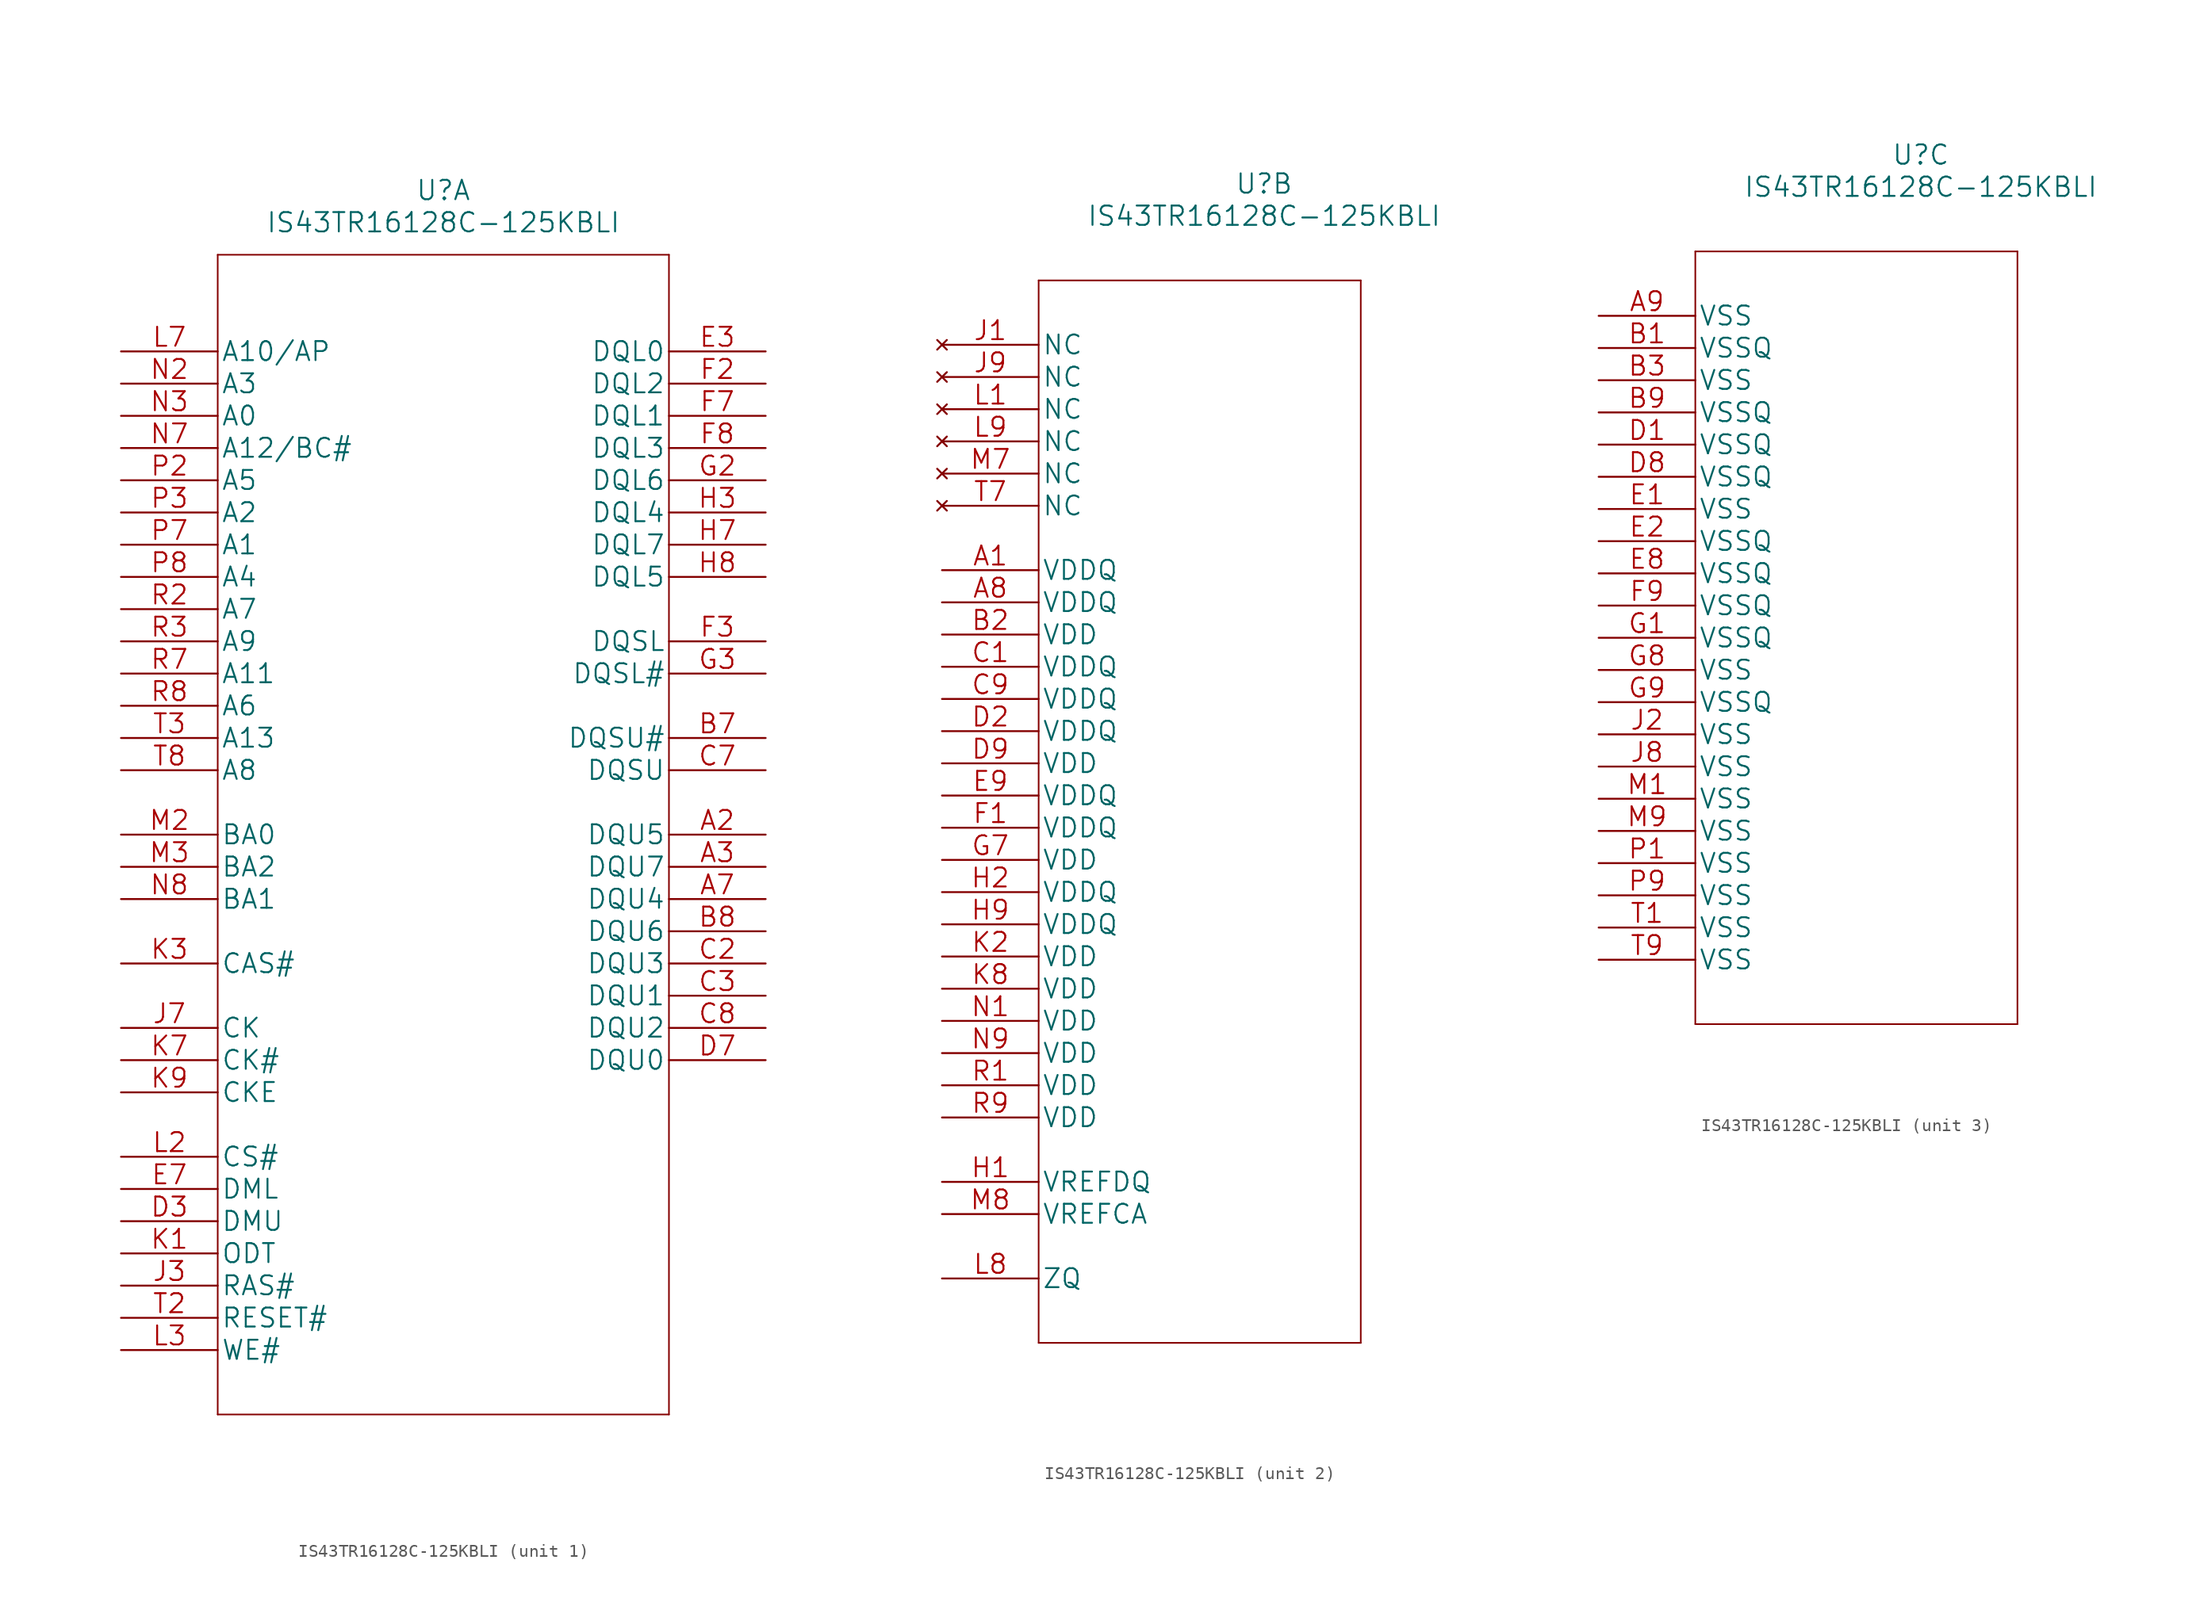
<source format=kicad_sym>
(kicad_symbol_lib
  (version 20201005)
  (generator kicad_symbol_editor)
  (symbol "IS43TR16128C-125KBLI"
    (pin_names
      (offset 0.254))
    (property "Reference" "U"
      (at 25.4 12.7 0)
      (effects (font (size 1.524 1.524))))
    (property "Value" "IS43TR16128C-125KBLI"
      (at 25.4 10.16 0)
      (effects (font (size 1.524 1.524))))
    (property "Datasheet" ""
      (at 0 0 0)
      (effects (font (size 1.524 1.524))))
    (property "ki_locked" ""
      (at 0 0 0)
      (effects (font (size 1.27 1.27))))
    (symbol "IS43TR16128C-125KBLI_1_1"
      (polyline (pts (xy 7.62 -83.82) (xy 43.18 -83.82)) (stroke (width 0.127)) (fill (type none)))
      (polyline (pts (xy 7.62 7.62) (xy 7.62 -83.82)) (stroke (width 0.127)) (fill (type none)))
      (polyline (pts (xy 43.18 -83.82) (xy 43.18 7.62)) (stroke (width 0.127)) (fill (type none)))
      (polyline (pts (xy 43.18 7.62) (xy 7.62 7.62)) (stroke (width 0.127)) (fill (type none)))
      (pin bidirectional line (at 50.8 -38.1 180) (length 7.62) (name "DQU5" (effects (font (size 1.499 1.499)))) (number "A2" (effects (font (size 1.499 1.499)))))
      (pin bidirectional line (at 50.8 -40.64 180) (length 7.62) (name "DQU7" (effects (font (size 1.499 1.499)))) (number "A3" (effects (font (size 1.499 1.499)))))
      (pin bidirectional line (at 50.8 -43.18 180) (length 7.62) (name "DQU4" (effects (font (size 1.499 1.499)))) (number "A7" (effects (font (size 1.499 1.499)))))
      (pin bidirectional line (at 50.8 -30.48 180) (length 7.62) (name "DQSU#" (effects (font (size 1.499 1.499)))) (number "B7" (effects (font (size 1.499 1.499)))))
      (pin bidirectional line (at 50.8 -45.72 180) (length 7.62) (name "DQU6" (effects (font (size 1.499 1.499)))) (number "B8" (effects (font (size 1.499 1.499)))))
      (pin bidirectional line (at 50.8 -48.26 180) (length 7.62) (name "DQU3" (effects (font (size 1.499 1.499)))) (number "C2" (effects (font (size 1.499 1.499)))))
      (pin bidirectional line (at 50.8 -50.8 180) (length 7.62) (name "DQU1" (effects (font (size 1.499 1.499)))) (number "C3" (effects (font (size 1.499 1.499)))))
      (pin bidirectional line (at 50.8 -33.02 180) (length 7.62) (name "DQSU" (effects (font (size 1.499 1.499)))) (number "C7" (effects (font (size 1.499 1.499)))))
      (pin bidirectional line (at 50.8 -53.34 180) (length 7.62) (name "DQU2" (effects (font (size 1.499 1.499)))) (number "C8" (effects (font (size 1.499 1.499)))))
      (pin input line (at 0 -68.58 0) (length 7.62) (name "DMU" (effects (font (size 1.499 1.499)))) (number "D3" (effects (font (size 1.499 1.499)))))
      (pin bidirectional line (at 50.8 -55.88 180) (length 7.62) (name "DQU0" (effects (font (size 1.499 1.499)))) (number "D7" (effects (font (size 1.499 1.499)))))
      (pin bidirectional line (at 50.8 0 180) (length 7.62) (name "DQL0" (effects (font (size 1.499 1.499)))) (number "E3" (effects (font (size 1.499 1.499)))))
      (pin input line (at 0 -66.04 0) (length 7.62) (name "DML" (effects (font (size 1.499 1.499)))) (number "E7" (effects (font (size 1.499 1.499)))))
      (pin bidirectional line (at 50.8 -2.54 180) (length 7.62) (name "DQL2" (effects (font (size 1.499 1.499)))) (number "F2" (effects (font (size 1.499 1.499)))))
      (pin bidirectional line (at 50.8 -22.86 180) (length 7.62) (name "DQSL" (effects (font (size 1.499 1.499)))) (number "F3" (effects (font (size 1.499 1.499)))))
      (pin bidirectional line (at 50.8 -5.08 180) (length 7.62) (name "DQL1" (effects (font (size 1.499 1.499)))) (number "F7" (effects (font (size 1.499 1.499)))))
      (pin bidirectional line (at 50.8 -7.62 180) (length 7.62) (name "DQL3" (effects (font (size 1.499 1.499)))) (number "F8" (effects (font (size 1.499 1.499)))))
      (pin bidirectional line (at 50.8 -10.16 180) (length 7.62) (name "DQL6" (effects (font (size 1.499 1.499)))) (number "G2" (effects (font (size 1.499 1.499)))))
      (pin bidirectional line (at 50.8 -25.4 180) (length 7.62) (name "DQSL#" (effects (font (size 1.499 1.499)))) (number "G3" (effects (font (size 1.499 1.499)))))
      (pin bidirectional line (at 50.8 -12.7 180) (length 7.62) (name "DQL4" (effects (font (size 1.499 1.499)))) (number "H3" (effects (font (size 1.499 1.499)))))
      (pin bidirectional line (at 50.8 -15.24 180) (length 7.62) (name "DQL7" (effects (font (size 1.499 1.499)))) (number "H7" (effects (font (size 1.499 1.499)))))
      (pin bidirectional line (at 50.8 -17.78 180) (length 7.62) (name "DQL5" (effects (font (size 1.499 1.499)))) (number "H8" (effects (font (size 1.499 1.499)))))
      (pin input line (at 0 -73.66 0) (length 7.62) (name "RAS#" (effects (font (size 1.499 1.499)))) (number "J3" (effects (font (size 1.499 1.499)))))
      (pin input line (at 0 -53.34 0) (length 7.62) (name "CK" (effects (font (size 1.499 1.499)))) (number "J7" (effects (font (size 1.499 1.499)))))
      (pin input line (at 0 -71.12 0) (length 7.62) (name "ODT" (effects (font (size 1.499 1.499)))) (number "K1" (effects (font (size 1.499 1.499)))))
      (pin input line (at 0 -48.26 0) (length 7.62) (name "CAS#" (effects (font (size 1.499 1.499)))) (number "K3" (effects (font (size 1.499 1.499)))))
      (pin input line (at 0 -55.88 0) (length 7.62) (name "CK#" (effects (font (size 1.499 1.499)))) (number "K7" (effects (font (size 1.499 1.499)))))
      (pin input line (at 0 -58.42 0) (length 7.62) (name "CKE" (effects (font (size 1.499 1.499)))) (number "K9" (effects (font (size 1.499 1.499)))))
      (pin input line (at 0 -63.5 0) (length 7.62) (name "CS#" (effects (font (size 1.499 1.499)))) (number "L2" (effects (font (size 1.499 1.499)))))
      (pin input line (at 0 -78.74 0) (length 7.62) (name "WE#" (effects (font (size 1.499 1.499)))) (number "L3" (effects (font (size 1.499 1.499)))))
      (pin input line (at 0 0 0) (length 7.62) (name "A10/AP" (effects (font (size 1.499 1.499)))) (number "L7" (effects (font (size 1.499 1.499)))))
      (pin input line (at 0 -38.1 0) (length 7.62) (name "BA0" (effects (font (size 1.499 1.499)))) (number "M2" (effects (font (size 1.499 1.499)))))
      (pin input line (at 0 -40.64 0) (length 7.62) (name "BA2" (effects (font (size 1.499 1.499)))) (number "M3" (effects (font (size 1.499 1.499)))))
      (pin input line (at 0 -2.54 0) (length 7.62) (name "A3" (effects (font (size 1.499 1.499)))) (number "N2" (effects (font (size 1.499 1.499)))))
      (pin input line (at 0 -5.08 0) (length 7.62) (name "A0" (effects (font (size 1.499 1.499)))) (number "N3" (effects (font (size 1.499 1.499)))))
      (pin input line (at 0 -7.62 0) (length 7.62) (name "A12/BC#" (effects (font (size 1.499 1.499)))) (number "N7" (effects (font (size 1.499 1.499)))))
      (pin input line (at 0 -43.18 0) (length 7.62) (name "BA1" (effects (font (size 1.499 1.499)))) (number "N8" (effects (font (size 1.499 1.499)))))
      (pin input line (at 0 -10.16 0) (length 7.62) (name "A5" (effects (font (size 1.499 1.499)))) (number "P2" (effects (font (size 1.499 1.499)))))
      (pin input line (at 0 -12.7 0) (length 7.62) (name "A2" (effects (font (size 1.499 1.499)))) (number "P3" (effects (font (size 1.499 1.499)))))
      (pin input line (at 0 -15.24 0) (length 7.62) (name "A1" (effects (font (size 1.499 1.499)))) (number "P7" (effects (font (size 1.499 1.499)))))
      (pin input line (at 0 -17.78 0) (length 7.62) (name "A4" (effects (font (size 1.499 1.499)))) (number "P8" (effects (font (size 1.499 1.499)))))
      (pin input line (at 0 -20.32 0) (length 7.62) (name "A7" (effects (font (size 1.499 1.499)))) (number "R2" (effects (font (size 1.499 1.499)))))
      (pin input line (at 0 -22.86 0) (length 7.62) (name "A9" (effects (font (size 1.499 1.499)))) (number "R3" (effects (font (size 1.499 1.499)))))
      (pin input line (at 0 -25.4 0) (length 7.62) (name "A11" (effects (font (size 1.499 1.499)))) (number "R7" (effects (font (size 1.499 1.499)))))
      (pin input line (at 0 -27.94 0) (length 7.62) (name "A6" (effects (font (size 1.499 1.499)))) (number "R8" (effects (font (size 1.499 1.499)))))
      (pin input line (at 0 -76.2 0) (length 7.62) (name "RESET#" (effects (font (size 1.499 1.499)))) (number "T2" (effects (font (size 1.499 1.499)))))
      (pin input line (at 0 -30.48 0) (length 7.62) (name "A13" (effects (font (size 1.499 1.499)))) (number "T3" (effects (font (size 1.499 1.499)))))
      (pin input line (at 0 -33.02 0) (length 7.62) (name "A8" (effects (font (size 1.499 1.499)))) (number "T8" (effects (font (size 1.499 1.499))))))
    (symbol "IS43TR16128C-125KBLI_2_1"
      (polyline (pts (xy 7.62 -78.74) (xy 33.02 -78.74)) (stroke (width 0.127)) (fill (type none)))
      (polyline (pts (xy 7.62 5.08) (xy 7.62 -78.74)) (stroke (width 0.127)) (fill (type none)))
      (polyline (pts (xy 33.02 -78.74) (xy 33.02 5.08)) (stroke (width 0.127)) (fill (type none)))
      (polyline (pts (xy 33.02 5.08) (xy 7.62 5.08)) (stroke (width 0.127)) (fill (type none)))
      (pin power_in line (at 0 -17.78 0) (length 7.62) (name "VDDQ" (effects (font (size 1.499 1.499)))) (number "A1" (effects (font (size 1.499 1.499)))))
      (pin power_in line (at 0 -20.32 0) (length 7.62) (name "VDDQ" (effects (font (size 1.499 1.499)))) (number "A8" (effects (font (size 1.499 1.499)))))
      (pin power_in line (at 0 -22.86 0) (length 7.62) (name "VDD" (effects (font (size 1.499 1.499)))) (number "B2" (effects (font (size 1.499 1.499)))))
      (pin power_in line (at 0 -25.4 0) (length 7.62) (name "VDDQ" (effects (font (size 1.499 1.499)))) (number "C1" (effects (font (size 1.499 1.499)))))
      (pin power_in line (at 0 -27.94 0) (length 7.62) (name "VDDQ" (effects (font (size 1.499 1.499)))) (number "C9" (effects (font (size 1.499 1.499)))))
      (pin power_in line (at 0 -30.48 0) (length 7.62) (name "VDDQ" (effects (font (size 1.499 1.499)))) (number "D2" (effects (font (size 1.499 1.499)))))
      (pin power_in line (at 0 -33.02 0) (length 7.62) (name "VDD" (effects (font (size 1.499 1.499)))) (number "D9" (effects (font (size 1.499 1.499)))))
      (pin power_in line (at 0 -35.56 0) (length 7.62) (name "VDDQ" (effects (font (size 1.499 1.499)))) (number "E9" (effects (font (size 1.499 1.499)))))
      (pin power_in line (at 0 -38.1 0) (length 7.62) (name "VDDQ" (effects (font (size 1.499 1.499)))) (number "F1" (effects (font (size 1.499 1.499)))))
      (pin power_in line (at 0 -40.64 0) (length 7.62) (name "VDD" (effects (font (size 1.499 1.499)))) (number "G7" (effects (font (size 1.499 1.499)))))
      (pin power_in line (at 0 -66.04 0) (length 7.62) (name "VREFDQ" (effects (font (size 1.499 1.499)))) (number "H1" (effects (font (size 1.499 1.499)))))
      (pin power_in line (at 0 -43.18 0) (length 7.62) (name "VDDQ" (effects (font (size 1.499 1.499)))) (number "H2" (effects (font (size 1.499 1.499)))))
      (pin power_in line (at 0 -45.72 0) (length 7.62) (name "VDDQ" (effects (font (size 1.499 1.499)))) (number "H9" (effects (font (size 1.499 1.499)))))
      (pin no_connect line (at 0 0 0) (length 7.62) (name "NC" (effects (font (size 1.499 1.499)))) (number "J1" (effects (font (size 1.499 1.499)))))
      (pin no_connect line (at 0 -2.54 0) (length 7.62) (name "NC" (effects (font (size 1.499 1.499)))) (number "J9" (effects (font (size 1.499 1.499)))))
      (pin power_in line (at 0 -48.26 0) (length 7.62) (name "VDD" (effects (font (size 1.499 1.499)))) (number "K2" (effects (font (size 1.499 1.499)))))
      (pin power_in line (at 0 -50.8 0) (length 7.62) (name "VDD" (effects (font (size 1.499 1.499)))) (number "K8" (effects (font (size 1.499 1.499)))))
      (pin no_connect line (at 0 -5.08 0) (length 7.62) (name "NC" (effects (font (size 1.499 1.499)))) (number "L1" (effects (font (size 1.499 1.499)))))
      (pin power_in line (at 0 -73.66 0) (length 7.62) (name "ZQ" (effects (font (size 1.499 1.499)))) (number "L8" (effects (font (size 1.499 1.499)))))
      (pin no_connect line (at 0 -7.62 0) (length 7.62) (name "NC" (effects (font (size 1.499 1.499)))) (number "L9" (effects (font (size 1.499 1.499)))))
      (pin no_connect line (at 0 -10.16 0) (length 7.62) (name "NC" (effects (font (size 1.499 1.499)))) (number "M7" (effects (font (size 1.499 1.499)))))
      (pin power_in line (at 0 -68.58 0) (length 7.62) (name "VREFCA" (effects (font (size 1.499 1.499)))) (number "M8" (effects (font (size 1.499 1.499)))))
      (pin power_in line (at 0 -53.34 0) (length 7.62) (name "VDD" (effects (font (size 1.499 1.499)))) (number "N1" (effects (font (size 1.499 1.499)))))
      (pin power_in line (at 0 -55.88 0) (length 7.62) (name "VDD" (effects (font (size 1.499 1.499)))) (number "N9" (effects (font (size 1.499 1.499)))))
      (pin power_in line (at 0 -58.42 0) (length 7.62) (name "VDD" (effects (font (size 1.499 1.499)))) (number "R1" (effects (font (size 1.499 1.499)))))
      (pin power_in line (at 0 -60.96 0) (length 7.62) (name "VDD" (effects (font (size 1.499 1.499)))) (number "R9" (effects (font (size 1.499 1.499)))))
      (pin no_connect line (at 0 -12.7 0) (length 7.62) (name "NC" (effects (font (size 1.499 1.499)))) (number "T7" (effects (font (size 1.499 1.499))))))
    (symbol "IS43TR16128C-125KBLI_3_1"
      (polyline (pts (xy 7.62 -55.88) (xy 33.02 -55.88)) (stroke (width 0.127)) (fill (type none)))
      (polyline (pts (xy 7.62 5.08) (xy 7.62 -55.88)) (stroke (width 0.127)) (fill (type none)))
      (polyline (pts (xy 33.02 -55.88) (xy 33.02 5.08)) (stroke (width 0.127)) (fill (type none)))
      (polyline (pts (xy 33.02 5.08) (xy 7.62 5.08)) (stroke (width 0.127)) (fill (type none)))
      (pin power_in line (at 0 0 0) (length 7.62) (name "VSS" (effects (font (size 1.499 1.499)))) (number "A9" (effects (font (size 1.499 1.499)))))
      (pin power_in line (at 0 -2.54 0) (length 7.62) (name "VSSQ" (effects (font (size 1.499 1.499)))) (number "B1" (effects (font (size 1.499 1.499)))))
      (pin power_in line (at 0 -5.08 0) (length 7.62) (name "VSS" (effects (font (size 1.499 1.499)))) (number "B3" (effects (font (size 1.499 1.499)))))
      (pin power_in line (at 0 -7.62 0) (length 7.62) (name "VSSQ" (effects (font (size 1.499 1.499)))) (number "B9" (effects (font (size 1.499 1.499)))))
      (pin power_in line (at 0 -10.16 0) (length 7.62) (name "VSSQ" (effects (font (size 1.499 1.499)))) (number "D1" (effects (font (size 1.499 1.499)))))
      (pin power_in line (at 0 -12.7 0) (length 7.62) (name "VSSQ" (effects (font (size 1.499 1.499)))) (number "D8" (effects (font (size 1.499 1.499)))))
      (pin power_in line (at 0 -15.24 0) (length 7.62) (name "VSS" (effects (font (size 1.499 1.499)))) (number "E1" (effects (font (size 1.499 1.499)))))
      (pin power_in line (at 0 -17.78 0) (length 7.62) (name "VSSQ" (effects (font (size 1.499 1.499)))) (number "E2" (effects (font (size 1.499 1.499)))))
      (pin power_in line (at 0 -20.32 0) (length 7.62) (name "VSSQ" (effects (font (size 1.499 1.499)))) (number "E8" (effects (font (size 1.499 1.499)))))
      (pin power_in line (at 0 -22.86 0) (length 7.62) (name "VSSQ" (effects (font (size 1.499 1.499)))) (number "F9" (effects (font (size 1.499 1.499)))))
      (pin power_in line (at 0 -25.4 0) (length 7.62) (name "VSSQ" (effects (font (size 1.499 1.499)))) (number "G1" (effects (font (size 1.499 1.499)))))
      (pin power_in line (at 0 -27.94 0) (length 7.62) (name "VSS" (effects (font (size 1.499 1.499)))) (number "G8" (effects (font (size 1.499 1.499)))))
      (pin power_in line (at 0 -30.48 0) (length 7.62) (name "VSSQ" (effects (font (size 1.499 1.499)))) (number "G9" (effects (font (size 1.499 1.499)))))
      (pin power_in line (at 0 -33.02 0) (length 7.62) (name "VSS" (effects (font (size 1.499 1.499)))) (number "J2" (effects (font (size 1.499 1.499)))))
      (pin power_in line (at 0 -35.56 0) (length 7.62) (name "VSS" (effects (font (size 1.499 1.499)))) (number "J8" (effects (font (size 1.499 1.499)))))
      (pin power_in line (at 0 -38.1 0) (length 7.62) (name "VSS" (effects (font (size 1.499 1.499)))) (number "M1" (effects (font (size 1.499 1.499)))))
      (pin power_in line (at 0 -40.64 0) (length 7.62) (name "VSS" (effects (font (size 1.499 1.499)))) (number "M9" (effects (font (size 1.499 1.499)))))
      (pin power_in line (at 0 -43.18 0) (length 7.62) (name "VSS" (effects (font (size 1.499 1.499)))) (number "P1" (effects (font (size 1.499 1.499)))))
      (pin power_in line (at 0 -45.72 0) (length 7.62) (name "VSS" (effects (font (size 1.499 1.499)))) (number "P9" (effects (font (size 1.499 1.499)))))
      (pin power_in line (at 0 -48.26 0) (length 7.62) (name "VSS" (effects (font (size 1.499 1.499)))) (number "T1" (effects (font (size 1.499 1.499)))))
      (pin power_in line (at 0 -50.8 0) (length 7.62) (name "VSS" (effects (font (size 1.499 1.499)))) (number "T9" (effects (font (size 1.499 1.499))))))))
</source>
